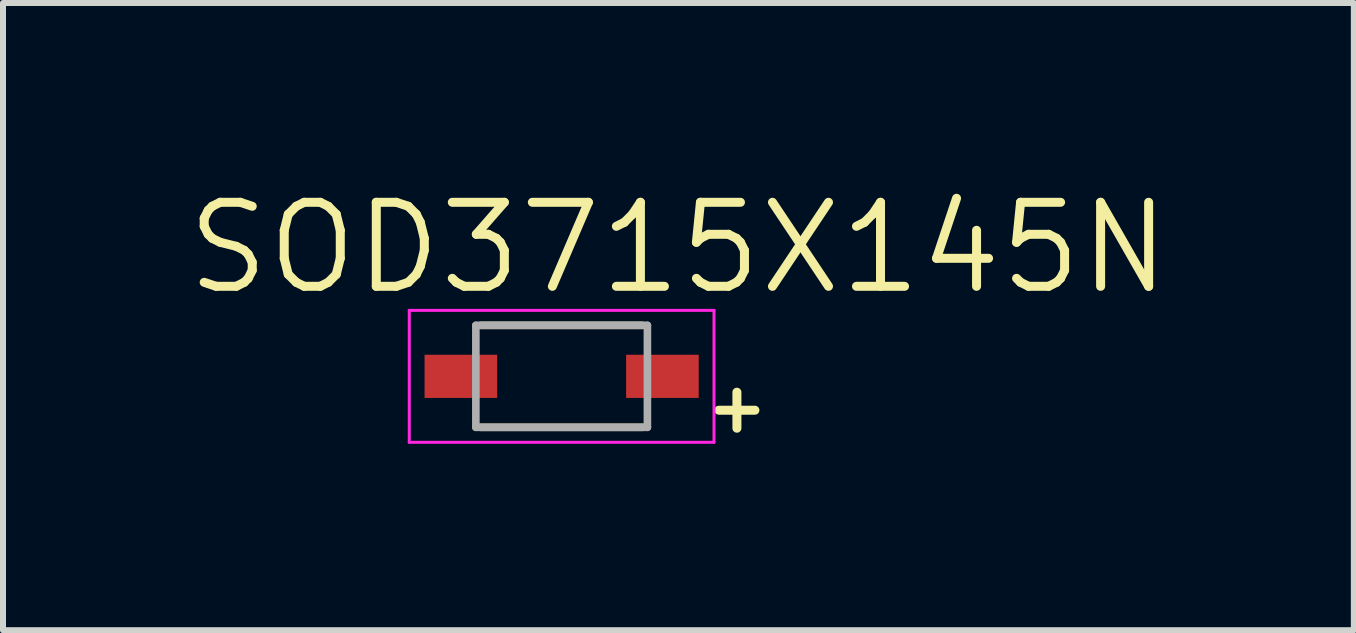
<source format=kicad_pcb>
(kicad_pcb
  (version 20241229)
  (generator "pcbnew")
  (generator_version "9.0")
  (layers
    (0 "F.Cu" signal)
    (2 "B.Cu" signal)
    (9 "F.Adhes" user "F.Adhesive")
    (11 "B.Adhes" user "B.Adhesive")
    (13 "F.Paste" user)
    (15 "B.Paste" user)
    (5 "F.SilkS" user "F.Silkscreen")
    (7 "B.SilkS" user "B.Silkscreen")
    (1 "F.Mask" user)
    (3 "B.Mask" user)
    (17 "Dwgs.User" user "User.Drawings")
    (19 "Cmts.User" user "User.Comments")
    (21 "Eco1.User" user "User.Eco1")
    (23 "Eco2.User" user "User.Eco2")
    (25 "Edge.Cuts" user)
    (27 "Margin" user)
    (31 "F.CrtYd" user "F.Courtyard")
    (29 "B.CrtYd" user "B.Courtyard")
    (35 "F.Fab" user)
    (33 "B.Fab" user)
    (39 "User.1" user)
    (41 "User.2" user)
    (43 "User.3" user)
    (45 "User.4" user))
  (footprint "SOD3715X145N"
    (layer "F.Cu")
    (at 6.313 3.224)
    (property "Reference" "SOD3715X145N" (at 1.947 -2.141 0) (layer "F.SilkS") (effects (font (size 1.401 1.401) (thickness 0.15))))
    (attr through_hole)
    (fp_line (start -1.35 -0.85) (end 1.35 -0.85) (stroke (width 0.127) (type solid)) (layer "F.SilkS"))
    (fp_line (start 1.35 0.85) (end -1.35 0.85) (stroke (width 0.127) (type solid)) (layer "F.SilkS"))
    (fp_line (start -2.54 -1.1) (end 2.54 -1.1) (stroke (width 0.05) (type solid)) (layer "F.CrtYd"))
    (fp_line (start -2.54 1.1) (end -2.54 -1.1) (stroke (width 0.05) (type solid)) (layer "F.CrtYd"))
    (fp_line (start 2.54 -1.1) (end 2.54 1.1) (stroke (width 0.05) (type solid)) (layer "F.CrtYd"))
    (fp_line (start 2.54 1.1) (end -2.54 1.1) (stroke (width 0.05) (type solid)) (layer "F.CrtYd"))
    (fp_line (start -1.43 -0.85) (end 1.43 -0.85) (stroke (width 0.127) (type solid)) (layer "F.Fab"))
    (fp_line (start -1.43 0.85) (end -1.43 -0.85) (stroke (width 0.127) (type solid)) (layer "F.Fab"))
    (fp_line (start 1.43 -0.85) (end 1.43 0.85) (stroke (width 0.127) (type solid)) (layer "F.Fab"))
    (fp_line (start 1.43 0.85) (end -1.43 0.85) (stroke (width 0.127) (type solid)) (layer "F.Fab"))
    (fp_text user "+" (at 2.922 0.508 0) (layer "F.SilkS") (effects (font (size 0.788 0.788) (thickness 0.15))))
    (pad "A" smd rect (at 1.68 0) (size 1.21 0.72) (layers "F.Cu" "F.Mask" "F.Paste"))
    (pad "C" smd rect (at -1.68 0) (size 1.21 0.72) (layers "F.Cu" "F.Mask" "F.Paste")))
  (gr_rect
    (start -3 -3)
    (end 19.52 7.456)
    (stroke (width 0.1) (type default))
    (fill no)
    (layer "Edge.Cuts")))
</source>
